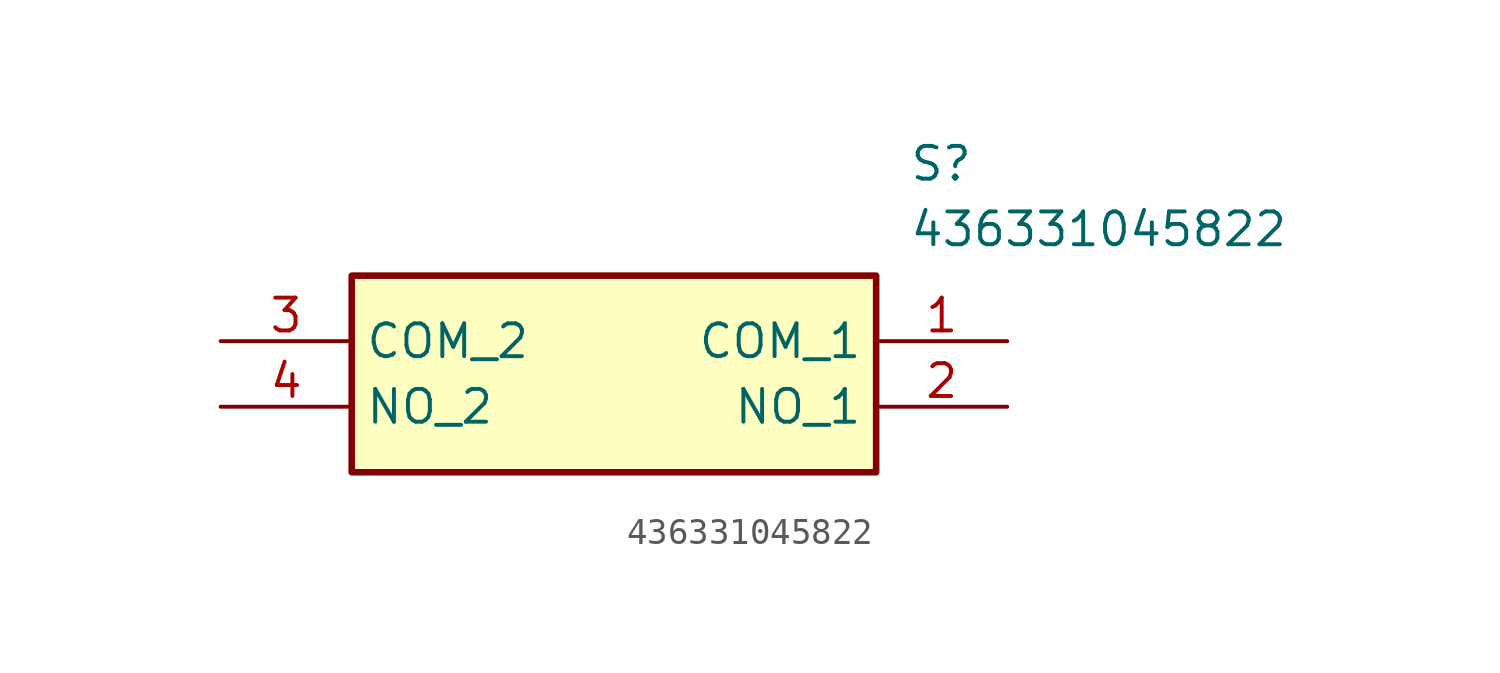
<source format=kicad_sym>
(kicad_symbol_lib
  (version 20211014)
  (generator SamacSys_ECAD_Model)
  (symbol "436331045822"
    (property "Reference" "S"
      (at 26.67 7.62 0)
      (effects (font (size 1.27 1.27)) (justify left top)))
    (property "Value" "436331045822"
      (at 26.67 5.08 0)
      (effects (font (size 1.27 1.27)) (justify left top)))
    (rectangle
      (start 5.08 2.54)
      (end 25.4 -5.08)
      (stroke (width 0.254) (type default))
      (fill (type background)))
    (pin passive line
      (at 30.48 0 180)
      (length 5.08)
      (name "COM_1" (effects (font (size 1.27 1.27))))
      (number "1" (effects (font (size 1.27 1.27)))))
    (pin passive line
      (at 30.48 -2.54 180)
      (length 5.08)
      (name "NO_1" (effects (font (size 1.27 1.27))))
      (number "2" (effects (font (size 1.27 1.27)))))
    (pin passive line
      (at 0 0 0)
      (length 5.08)
      (name "COM_2" (effects (font (size 1.27 1.27))))
      (number "3" (effects (font (size 1.27 1.27)))))
    (pin passive line
      (at 0 -2.54 0)
      (length 5.08)
      (name "NO_2" (effects (font (size 1.27 1.27))))
      (number "4" (effects (font (size 1.27 1.27)))))))
</source>
